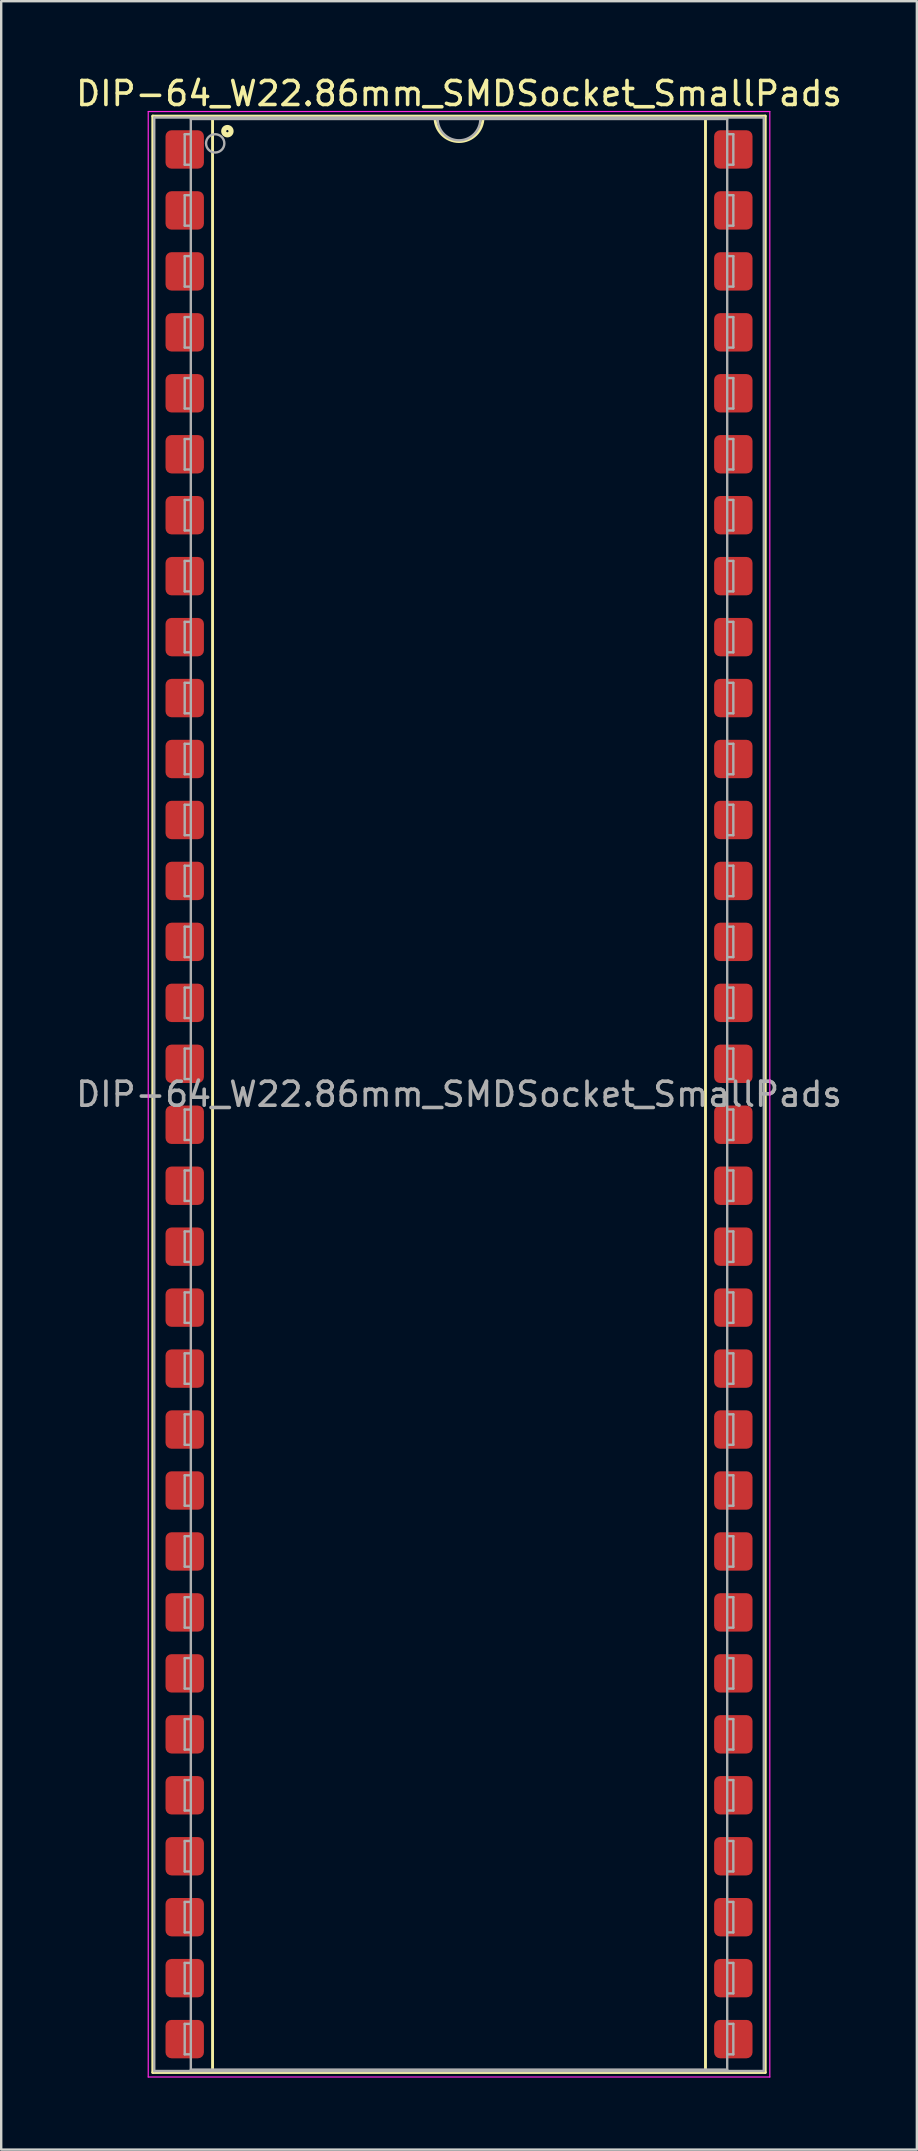
<source format=kicad_pcb>
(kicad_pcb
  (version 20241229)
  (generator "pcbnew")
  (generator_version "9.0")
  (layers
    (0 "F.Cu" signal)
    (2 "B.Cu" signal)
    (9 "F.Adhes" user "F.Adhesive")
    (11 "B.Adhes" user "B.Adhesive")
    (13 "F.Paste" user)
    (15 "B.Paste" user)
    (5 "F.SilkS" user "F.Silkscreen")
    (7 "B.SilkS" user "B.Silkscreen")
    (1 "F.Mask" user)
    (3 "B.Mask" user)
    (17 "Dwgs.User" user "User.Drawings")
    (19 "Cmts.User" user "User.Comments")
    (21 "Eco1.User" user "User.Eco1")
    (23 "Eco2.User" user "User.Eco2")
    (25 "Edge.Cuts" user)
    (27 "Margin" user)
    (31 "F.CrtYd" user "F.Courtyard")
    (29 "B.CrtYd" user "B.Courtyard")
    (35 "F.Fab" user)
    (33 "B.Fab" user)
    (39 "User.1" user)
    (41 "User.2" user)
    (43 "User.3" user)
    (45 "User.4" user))
  (footprint "DIP-64_W22.86mm_SMDSocket_SmallPads"
    (layer "F.Cu")
    (at 16.077 42.548)
    (property "Reference" "DIP-64_W22.86mm_SMDSocket_SmallPads" (at 0 -41.7 0) (layer "F.SilkS") (effects (font (size 1 1) (thickness 0.15))))
    (attr smd)
    (fp_line (start -12.76 -40.76) (end -12.76 40.76) (stroke (width 0.12) (type solid)) (layer "F.SilkS"))
    (fp_line (start -12.76 40.76) (end 12.76 40.76) (stroke (width 0.12) (type solid)) (layer "F.SilkS"))
    (fp_line (start -10.27 -40.7) (end -10.27 40.7) (stroke (width 0.12) (type solid)) (layer "F.SilkS"))
    (fp_line (start -10.27 40.7) (end 10.27 40.7) (stroke (width 0.12) (type solid)) (layer "F.SilkS"))
    (fp_line (start -1 -40.7) (end -10.27 -40.7) (stroke (width 0.12) (type solid)) (layer "F.SilkS"))
    (fp_line (start 10.27 -40.7) (end 1 -40.7) (stroke (width 0.12) (type solid)) (layer "F.SilkS"))
    (fp_line (start 10.27 40.7) (end 10.27 -40.7) (stroke (width 0.12) (type solid)) (layer "F.SilkS"))
    (fp_line (start 12.76 -40.76) (end -12.76 -40.76) (stroke (width 0.12) (type solid)) (layer "F.SilkS"))
    (fp_line (start 12.76 40.76) (end 12.76 -40.76) (stroke (width 0.12) (type solid)) (layer "F.SilkS"))
    (fp_arc (start 1 -40.7) (mid 0 -39.7) (end -1 -40.7) (stroke (width 0.12) (type solid)) (layer "F.SilkS"))
    (fp_circle (center -9.652 -40.132) (end -9.602 -40.132) (stroke (width 0.12) (type solid)) (fill no) (layer "F.SilkS"))
    (fp_circle (center -9.652 -40.132) (end -9.527 -40.132) (stroke (width 0.12) (type solid)) (fill no) (layer "F.SilkS"))
    (fp_circle (center -9.652 -40.132) (end -9.452 -40.132) (stroke (width 0.12) (type solid)) (fill no) (layer "F.SilkS"))
    (fp_line (start -12.95 -40.95) (end -12.95 40.95) (stroke (width 0.05) (type solid)) (layer "F.CrtYd"))
    (fp_line (start -12.95 40.95) (end 12.95 40.95) (stroke (width 0.05) (type solid)) (layer "F.CrtYd"))
    (fp_line (start 12.95 -40.95) (end -12.95 -40.95) (stroke (width 0.05) (type solid)) (layer "F.CrtYd"))
    (fp_line (start 12.95 40.95) (end 12.95 -40.95) (stroke (width 0.05) (type solid)) (layer "F.CrtYd"))
    (fp_line (start -12.7 -40.7) (end -12.7 40.7) (stroke (width 0.1) (type solid)) (layer "F.Fab"))
    (fp_line (start -12.7 40.7) (end 12.7 40.7) (stroke (width 0.1) (type solid)) (layer "F.Fab"))
    (fp_line (start -11.43 -40.005) (end -11.43 -38.735) (stroke (width 0.1) (type solid)) (layer "F.Fab"))
    (fp_line (start -11.43 -40.005) (end -11.176 -40.005) (stroke (width 0.1) (type solid)) (layer "F.Fab"))
    (fp_line (start -11.43 -38.735) (end -11.176 -38.735) (stroke (width 0.1) (type solid)) (layer "F.Fab"))
    (fp_line (start -11.43 -37.465) (end -11.43 -36.195) (stroke (width 0.1) (type solid)) (layer "F.Fab"))
    (fp_line (start -11.43 -37.465) (end -11.176 -37.465) (stroke (width 0.1) (type solid)) (layer "F.Fab"))
    (fp_line (start -11.43 -36.195) (end -11.176 -36.195) (stroke (width 0.1) (type solid)) (layer "F.Fab"))
    (fp_line (start -11.43 -34.925) (end -11.43 -33.655) (stroke (width 0.1) (type solid)) (layer "F.Fab"))
    (fp_line (start -11.43 -34.925) (end -11.176 -34.925) (stroke (width 0.1) (type solid)) (layer "F.Fab"))
    (fp_line (start -11.43 -33.655) (end -11.176 -33.655) (stroke (width 0.1) (type solid)) (layer "F.Fab"))
    (fp_line (start -11.43 -32.385) (end -11.43 -31.115) (stroke (width 0.1) (type solid)) (layer "F.Fab"))
    (fp_line (start -11.43 -32.385) (end -11.176 -32.385) (stroke (width 0.1) (type solid)) (layer "F.Fab"))
    (fp_line (start -11.43 -31.115) (end -11.176 -31.115) (stroke (width 0.1) (type solid)) (layer "F.Fab"))
    (fp_line (start -11.43 -29.845) (end -11.43 -28.575) (stroke (width 0.1) (type solid)) (layer "F.Fab"))
    (fp_line (start -11.43 -29.845) (end -11.176 -29.845) (stroke (width 0.1) (type solid)) (layer "F.Fab"))
    (fp_line (start -11.43 -28.575) (end -11.176 -28.575) (stroke (width 0.1) (type solid)) (layer "F.Fab"))
    (fp_line (start -11.43 -27.305) (end -11.43 -26.035) (stroke (width 0.1) (type solid)) (layer "F.Fab"))
    (fp_line (start -11.43 -27.305) (end -11.176 -27.305) (stroke (width 0.1) (type solid)) (layer "F.Fab"))
    (fp_line (start -11.43 -26.035) (end -11.176 -26.035) (stroke (width 0.1) (type solid)) (layer "F.Fab"))
    (fp_line (start -11.43 -24.765) (end -11.43 -23.495) (stroke (width 0.1) (type solid)) (layer "F.Fab"))
    (fp_line (start -11.43 -24.765) (end -11.176 -24.765) (stroke (width 0.1) (type solid)) (layer "F.Fab"))
    (fp_line (start -11.43 -23.495) (end -11.176 -23.495) (stroke (width 0.1) (type solid)) (layer "F.Fab"))
    (fp_line (start -11.43 -22.225) (end -11.43 -20.955) (stroke (width 0.1) (type solid)) (layer "F.Fab"))
    (fp_line (start -11.43 -22.225) (end -11.176 -22.225) (stroke (width 0.1) (type solid)) (layer "F.Fab"))
    (fp_line (start -11.43 -20.955) (end -11.176 -20.955) (stroke (width 0.1) (type solid)) (layer "F.Fab"))
    (fp_line (start -11.43 -19.685) (end -11.43 -18.415) (stroke (width 0.1) (type solid)) (layer "F.Fab"))
    (fp_line (start -11.43 -19.685) (end -11.176 -19.685) (stroke (width 0.1) (type solid)) (layer "F.Fab"))
    (fp_line (start -11.43 -18.415) (end -11.176 -18.415) (stroke (width 0.1) (type solid)) (layer "F.Fab"))
    (fp_line (start -11.43 -17.145) (end -11.43 -15.875) (stroke (width 0.1) (type solid)) (layer "F.Fab"))
    (fp_line (start -11.43 -17.145) (end -11.176 -17.145) (stroke (width 0.1) (type solid)) (layer "F.Fab"))
    (fp_line (start -11.43 -15.875) (end -11.176 -15.875) (stroke (width 0.1) (type solid)) (layer "F.Fab"))
    (fp_line (start -11.43 -14.605) (end -11.43 -13.335) (stroke (width 0.1) (type solid)) (layer "F.Fab"))
    (fp_line (start -11.43 -14.605) (end -11.176 -14.605) (stroke (width 0.1) (type solid)) (layer "F.Fab"))
    (fp_line (start -11.43 -13.335) (end -11.176 -13.335) (stroke (width 0.1) (type solid)) (layer "F.Fab"))
    (fp_line (start -11.43 -12.065) (end -11.43 -10.795) (stroke (width 0.1) (type solid)) (layer "F.Fab"))
    (fp_line (start -11.43 -12.065) (end -11.176 -12.065) (stroke (width 0.1) (type solid)) (layer "F.Fab"))
    (fp_line (start -11.43 -10.795) (end -11.176 -10.795) (stroke (width 0.1) (type solid)) (layer "F.Fab"))
    (fp_line (start -11.43 -9.525) (end -11.43 -8.255) (stroke (width 0.1) (type solid)) (layer "F.Fab"))
    (fp_line (start -11.43 -9.525) (end -11.176 -9.525) (stroke (width 0.1) (type solid)) (layer "F.Fab"))
    (fp_line (start -11.43 -8.255) (end -11.176 -8.255) (stroke (width 0.1) (type solid)) (layer "F.Fab"))
    (fp_line (start -11.43 -6.985) (end -11.43 -5.715) (stroke (width 0.1) (type solid)) (layer "F.Fab"))
    (fp_line (start -11.43 -6.985) (end -11.176 -6.985) (stroke (width 0.1) (type solid)) (layer "F.Fab"))
    (fp_line (start -11.43 -5.715) (end -11.176 -5.715) (stroke (width 0.1) (type solid)) (layer "F.Fab"))
    (fp_line (start -11.43 -4.445) (end -11.43 -3.175) (stroke (width 0.1) (type solid)) (layer "F.Fab"))
    (fp_line (start -11.43 -4.445) (end -11.176 -4.445) (stroke (width 0.1) (type solid)) (layer "F.Fab"))
    (fp_line (start -11.43 -3.175) (end -11.176 -3.175) (stroke (width 0.1) (type solid)) (layer "F.Fab"))
    (fp_line (start -11.43 -1.905) (end -11.43 -0.635) (stroke (width 0.1) (type solid)) (layer "F.Fab"))
    (fp_line (start -11.43 -1.905) (end -11.176 -1.905) (stroke (width 0.1) (type solid)) (layer "F.Fab"))
    (fp_line (start -11.43 -0.635) (end -11.176 -0.635) (stroke (width 0.1) (type solid)) (layer "F.Fab"))
    (fp_line (start -11.43 0.635) (end -11.43 1.905) (stroke (width 0.1) (type solid)) (layer "F.Fab"))
    (fp_line (start -11.43 0.635) (end -11.176 0.635) (stroke (width 0.1) (type solid)) (layer "F.Fab"))
    (fp_line (start -11.43 1.905) (end -11.176 1.905) (stroke (width 0.1) (type solid)) (layer "F.Fab"))
    (fp_line (start -11.43 3.175) (end -11.43 4.445) (stroke (width 0.1) (type solid)) (layer "F.Fab"))
    (fp_line (start -11.43 3.175) (end -11.176 3.175) (stroke (width 0.1) (type solid)) (layer "F.Fab"))
    (fp_line (start -11.43 4.445) (end -11.176 4.445) (stroke (width 0.1) (type solid)) (layer "F.Fab"))
    (fp_line (start -11.43 5.715) (end -11.43 6.985) (stroke (width 0.1) (type solid)) (layer "F.Fab"))
    (fp_line (start -11.43 5.715) (end -11.176 5.715) (stroke (width 0.1) (type solid)) (layer "F.Fab"))
    (fp_line (start -11.43 6.985) (end -11.176 6.985) (stroke (width 0.1) (type solid)) (layer "F.Fab"))
    (fp_line (start -11.43 8.255) (end -11.43 9.525) (stroke (width 0.1) (type solid)) (layer "F.Fab"))
    (fp_line (start -11.43 8.255) (end -11.176 8.255) (stroke (width 0.1) (type solid)) (layer "F.Fab"))
    (fp_line (start -11.43 9.525) (end -11.176 9.525) (stroke (width 0.1) (type solid)) (layer "F.Fab"))
    (fp_line (start -11.43 10.795) (end -11.43 12.065) (stroke (width 0.1) (type solid)) (layer "F.Fab"))
    (fp_line (start -11.43 10.795) (end -11.176 10.795) (stroke (width 0.1) (type solid)) (layer "F.Fab"))
    (fp_line (start -11.43 12.065) (end -11.176 12.065) (stroke (width 0.1) (type solid)) (layer "F.Fab"))
    (fp_line (start -11.43 13.335) (end -11.43 14.605) (stroke (width 0.1) (type solid)) (layer "F.Fab"))
    (fp_line (start -11.43 13.335) (end -11.176 13.335) (stroke (width 0.1) (type solid)) (layer "F.Fab"))
    (fp_line (start -11.43 14.605) (end -11.176 14.605) (stroke (width 0.1) (type solid)) (layer "F.Fab"))
    (fp_line (start -11.43 15.875) (end -11.43 17.145) (stroke (width 0.1) (type solid)) (layer "F.Fab"))
    (fp_line (start -11.43 15.875) (end -11.176 15.875) (stroke (width 0.1) (type solid)) (layer "F.Fab"))
    (fp_line (start -11.43 17.145) (end -11.176 17.145) (stroke (width 0.1) (type solid)) (layer "F.Fab"))
    (fp_line (start -11.43 18.415) (end -11.43 19.685) (stroke (width 0.1) (type solid)) (layer "F.Fab"))
    (fp_line (start -11.43 18.415) (end -11.176 18.415) (stroke (width 0.1) (type solid)) (layer "F.Fab"))
    (fp_line (start -11.43 19.685) (end -11.176 19.685) (stroke (width 0.1) (type solid)) (layer "F.Fab"))
    (fp_line (start -11.43 20.955) (end -11.43 22.225) (stroke (width 0.1) (type solid)) (layer "F.Fab"))
    (fp_line (start -11.43 20.955) (end -11.176 20.955) (stroke (width 0.1) (type solid)) (layer "F.Fab"))
    (fp_line (start -11.43 22.225) (end -11.176 22.225) (stroke (width 0.1) (type solid)) (layer "F.Fab"))
    (fp_line (start -11.43 23.495) (end -11.43 24.765) (stroke (width 0.1) (type solid)) (layer "F.Fab"))
    (fp_line (start -11.43 23.495) (end -11.176 23.495) (stroke (width 0.1) (type solid)) (layer "F.Fab"))
    (fp_line (start -11.43 24.765) (end -11.176 24.765) (stroke (width 0.1) (type solid)) (layer "F.Fab"))
    (fp_line (start -11.43 26.035) (end -11.43 27.305) (stroke (width 0.1) (type solid)) (layer "F.Fab"))
    (fp_line (start -11.43 26.035) (end -11.176 26.035) (stroke (width 0.1) (type solid)) (layer "F.Fab"))
    (fp_line (start -11.43 27.305) (end -11.176 27.305) (stroke (width 0.1) (type solid)) (layer "F.Fab"))
    (fp_line (start -11.43 28.575) (end -11.43 29.845) (stroke (width 0.1) (type solid)) (layer "F.Fab"))
    (fp_line (start -11.43 28.575) (end -11.176 28.575) (stroke (width 0.1) (type solid)) (layer "F.Fab"))
    (fp_line (start -11.43 29.845) (end -11.176 29.845) (stroke (width 0.1) (type solid)) (layer "F.Fab"))
    (fp_line (start -11.43 31.115) (end -11.43 32.385) (stroke (width 0.1) (type solid)) (layer "F.Fab"))
    (fp_line (start -11.43 31.115) (end -11.176 31.115) (stroke (width 0.1) (type solid)) (layer "F.Fab"))
    (fp_line (start -11.43 32.385) (end -11.176 32.385) (stroke (width 0.1) (type solid)) (layer "F.Fab"))
    (fp_line (start -11.43 33.655) (end -11.43 34.925) (stroke (width 0.1) (type solid)) (layer "F.Fab"))
    (fp_line (start -11.43 33.655) (end -11.176 33.655) (stroke (width 0.1) (type solid)) (layer "F.Fab"))
    (fp_line (start -11.43 34.925) (end -11.176 34.925) (stroke (width 0.1) (type solid)) (layer "F.Fab"))
    (fp_line (start -11.43 36.195) (end -11.43 37.465) (stroke (width 0.1) (type solid)) (layer "F.Fab"))
    (fp_line (start -11.43 36.195) (end -11.176 36.195) (stroke (width 0.1) (type solid)) (layer "F.Fab"))
    (fp_line (start -11.43 37.465) (end -11.176 37.465) (stroke (width 0.1) (type solid)) (layer "F.Fab"))
    (fp_line (start -11.43 38.735) (end -11.43 40.005) (stroke (width 0.1) (type solid)) (layer "F.Fab"))
    (fp_line (start -11.43 38.735) (end -11.176 38.735) (stroke (width 0.1) (type solid)) (layer "F.Fab"))
    (fp_line (start -11.43 40.005) (end -11.176 40.005) (stroke (width 0.1) (type solid)) (layer "F.Fab"))
    (fp_line (start -11.176 -40.64) (end 11.175 -40.64) (stroke (width 0.1) (type solid)) (layer "F.Fab"))
    (fp_line (start -11.175 40.64) (end -11.176 -40.64) (stroke (width 0.1) (type solid)) (layer "F.Fab"))
    (fp_line (start 11.175 -40.64) (end 11.175 40.64) (stroke (width 0.1) (type solid)) (layer "F.Fab"))
    (fp_line (start 11.175 40.64) (end -11.175 40.64) (stroke (width 0.1) (type solid)) (layer "F.Fab"))
    (fp_line (start 11.43 -40.005) (end 11.176 -40.005) (stroke (width 0.1) (type solid)) (layer "F.Fab"))
    (fp_line (start 11.43 -38.735) (end 11.176 -38.735) (stroke (width 0.1) (type solid)) (layer "F.Fab"))
    (fp_line (start 11.43 -38.735) (end 11.43 -40.005) (stroke (width 0.1) (type solid)) (layer "F.Fab"))
    (fp_line (start 11.43 -37.465) (end 11.176 -37.465) (stroke (width 0.1) (type solid)) (layer "F.Fab"))
    (fp_line (start 11.43 -36.195) (end 11.176 -36.195) (stroke (width 0.1) (type solid)) (layer "F.Fab"))
    (fp_line (start 11.43 -36.195) (end 11.43 -37.465) (stroke (width 0.1) (type solid)) (layer "F.Fab"))
    (fp_line (start 11.43 -34.925) (end 11.176 -34.925) (stroke (width 0.1) (type solid)) (layer "F.Fab"))
    (fp_line (start 11.43 -33.655) (end 11.176 -33.655) (stroke (width 0.1) (type solid)) (layer "F.Fab"))
    (fp_line (start 11.43 -33.655) (end 11.43 -34.925) (stroke (width 0.1) (type solid)) (layer "F.Fab"))
    (fp_line (start 11.43 -32.385) (end 11.176 -32.385) (stroke (width 0.1) (type solid)) (layer "F.Fab"))
    (fp_line (start 11.43 -31.115) (end 11.176 -31.115) (stroke (width 0.1) (type solid)) (layer "F.Fab"))
    (fp_line (start 11.43 -31.115) (end 11.43 -32.385) (stroke (width 0.1) (type solid)) (layer "F.Fab"))
    (fp_line (start 11.43 -29.845) (end 11.176 -29.845) (stroke (width 0.1) (type solid)) (layer "F.Fab"))
    (fp_line (start 11.43 -28.575) (end 11.176 -28.575) (stroke (width 0.1) (type solid)) (layer "F.Fab"))
    (fp_line (start 11.43 -28.575) (end 11.43 -29.845) (stroke (width 0.1) (type solid)) (layer "F.Fab"))
    (fp_line (start 11.43 -27.305) (end 11.176 -27.305) (stroke (width 0.1) (type solid)) (layer "F.Fab"))
    (fp_line (start 11.43 -26.035) (end 11.176 -26.035) (stroke (width 0.1) (type solid)) (layer "F.Fab"))
    (fp_line (start 11.43 -26.035) (end 11.43 -27.305) (stroke (width 0.1) (type solid)) (layer "F.Fab"))
    (fp_line (start 11.43 -24.765) (end 11.176 -24.765) (stroke (width 0.1) (type solid)) (layer "F.Fab"))
    (fp_line (start 11.43 -23.495) (end 11.176 -23.495) (stroke (width 0.1) (type solid)) (layer "F.Fab"))
    (fp_line (start 11.43 -23.495) (end 11.43 -24.765) (stroke (width 0.1) (type solid)) (layer "F.Fab"))
    (fp_line (start 11.43 -22.225) (end 11.176 -22.225) (stroke (width 0.1) (type solid)) (layer "F.Fab"))
    (fp_line (start 11.43 -20.955) (end 11.176 -20.955) (stroke (width 0.1) (type solid)) (layer "F.Fab"))
    (fp_line (start 11.43 -20.955) (end 11.43 -22.225) (stroke (width 0.1) (type solid)) (layer "F.Fab"))
    (fp_line (start 11.43 -19.685) (end 11.176 -19.685) (stroke (width 0.1) (type solid)) (layer "F.Fab"))
    (fp_line (start 11.43 -18.415) (end 11.176 -18.415) (stroke (width 0.1) (type solid)) (layer "F.Fab"))
    (fp_line (start 11.43 -18.415) (end 11.43 -19.685) (stroke (width 0.1) (type solid)) (layer "F.Fab"))
    (fp_line (start 11.43 -17.145) (end 11.176 -17.145) (stroke (width 0.1) (type solid)) (layer "F.Fab"))
    (fp_line (start 11.43 -15.875) (end 11.176 -15.875) (stroke (width 0.1) (type solid)) (layer "F.Fab"))
    (fp_line (start 11.43 -15.875) (end 11.43 -17.145) (stroke (width 0.1) (type solid)) (layer "F.Fab"))
    (fp_line (start 11.43 -14.605) (end 11.176 -14.605) (stroke (width 0.1) (type solid)) (layer "F.Fab"))
    (fp_line (start 11.43 -13.335) (end 11.176 -13.335) (stroke (width 0.1) (type solid)) (layer "F.Fab"))
    (fp_line (start 11.43 -13.335) (end 11.43 -14.605) (stroke (width 0.1) (type solid)) (layer "F.Fab"))
    (fp_line (start 11.43 -12.065) (end 11.176 -12.065) (stroke (width 0.1) (type solid)) (layer "F.Fab"))
    (fp_line (start 11.43 -10.795) (end 11.176 -10.795) (stroke (width 0.1) (type solid)) (layer "F.Fab"))
    (fp_line (start 11.43 -10.795) (end 11.43 -12.065) (stroke (width 0.1) (type solid)) (layer "F.Fab"))
    (fp_line (start 11.43 -9.525) (end 11.176 -9.525) (stroke (width 0.1) (type solid)) (layer "F.Fab"))
    (fp_line (start 11.43 -8.255) (end 11.176 -8.255) (stroke (width 0.1) (type solid)) (layer "F.Fab"))
    (fp_line (start 11.43 -8.255) (end 11.43 -9.525) (stroke (width 0.1) (type solid)) (layer "F.Fab"))
    (fp_line (start 11.43 -6.985) (end 11.176 -6.985) (stroke (width 0.1) (type solid)) (layer "F.Fab"))
    (fp_line (start 11.43 -5.715) (end 11.176 -5.715) (stroke (width 0.1) (type solid)) (layer "F.Fab"))
    (fp_line (start 11.43 -5.715) (end 11.43 -6.985) (stroke (width 0.1) (type solid)) (layer "F.Fab"))
    (fp_line (start 11.43 -4.445) (end 11.176 -4.445) (stroke (width 0.1) (type solid)) (layer "F.Fab"))
    (fp_line (start 11.43 -3.175) (end 11.176 -3.175) (stroke (width 0.1) (type solid)) (layer "F.Fab"))
    (fp_line (start 11.43 -3.175) (end 11.43 -4.445) (stroke (width 0.1) (type solid)) (layer "F.Fab"))
    (fp_line (start 11.43 -1.905) (end 11.176 -1.905) (stroke (width 0.1) (type solid)) (layer "F.Fab"))
    (fp_line (start 11.43 -0.635) (end 11.176 -0.635) (stroke (width 0.1) (type solid)) (layer "F.Fab"))
    (fp_line (start 11.43 -0.635) (end 11.43 -1.905) (stroke (width 0.1) (type solid)) (layer "F.Fab"))
    (fp_line (start 11.43 0.635) (end 11.176 0.635) (stroke (width 0.1) (type solid)) (layer "F.Fab"))
    (fp_line (start 11.43 1.905) (end 11.176 1.905) (stroke (width 0.1) (type solid)) (layer "F.Fab"))
    (fp_line (start 11.43 1.905) (end 11.43 0.635) (stroke (width 0.1) (type solid)) (layer "F.Fab"))
    (fp_line (start 11.43 3.175) (end 11.176 3.175) (stroke (width 0.1) (type solid)) (layer "F.Fab"))
    (fp_line (start 11.43 4.445) (end 11.176 4.445) (stroke (width 0.1) (type solid)) (layer "F.Fab"))
    (fp_line (start 11.43 4.445) (end 11.43 3.175) (stroke (width 0.1) (type solid)) (layer "F.Fab"))
    (fp_line (start 11.43 5.715) (end 11.176 5.715) (stroke (width 0.1) (type solid)) (layer "F.Fab"))
    (fp_line (start 11.43 6.985) (end 11.176 6.985) (stroke (width 0.1) (type solid)) (layer "F.Fab"))
    (fp_line (start 11.43 6.985) (end 11.43 5.715) (stroke (width 0.1) (type solid)) (layer "F.Fab"))
    (fp_line (start 11.43 8.255) (end 11.176 8.255) (stroke (width 0.1) (type solid)) (layer "F.Fab"))
    (fp_line (start 11.43 9.525) (end 11.176 9.525) (stroke (width 0.1) (type solid)) (layer "F.Fab"))
    (fp_line (start 11.43 9.525) (end 11.43 8.255) (stroke (width 0.1) (type solid)) (layer "F.Fab"))
    (fp_line (start 11.43 10.795) (end 11.176 10.795) (stroke (width 0.1) (type solid)) (layer "F.Fab"))
    (fp_line (start 11.43 12.065) (end 11.176 12.065) (stroke (width 0.1) (type solid)) (layer "F.Fab"))
    (fp_line (start 11.43 12.065) (end 11.43 10.795) (stroke (width 0.1) (type solid)) (layer "F.Fab"))
    (fp_line (start 11.43 13.335) (end 11.176 13.335) (stroke (width 0.1) (type solid)) (layer "F.Fab"))
    (fp_line (start 11.43 14.605) (end 11.176 14.605) (stroke (width 0.1) (type solid)) (layer "F.Fab"))
    (fp_line (start 11.43 14.605) (end 11.43 13.335) (stroke (width 0.1) (type solid)) (layer "F.Fab"))
    (fp_line (start 11.43 15.875) (end 11.176 15.875) (stroke (width 0.1) (type solid)) (layer "F.Fab"))
    (fp_line (start 11.43 17.145) (end 11.176 17.145) (stroke (width 0.1) (type solid)) (layer "F.Fab"))
    (fp_line (start 11.43 17.145) (end 11.43 15.875) (stroke (width 0.1) (type solid)) (layer "F.Fab"))
    (fp_line (start 11.43 18.415) (end 11.176 18.415) (stroke (width 0.1) (type solid)) (layer "F.Fab"))
    (fp_line (start 11.43 19.685) (end 11.176 19.685) (stroke (width 0.1) (type solid)) (layer "F.Fab"))
    (fp_line (start 11.43 19.685) (end 11.43 18.415) (stroke (width 0.1) (type solid)) (layer "F.Fab"))
    (fp_line (start 11.43 20.955) (end 11.176 20.955) (stroke (width 0.1) (type solid)) (layer "F.Fab"))
    (fp_line (start 11.43 22.225) (end 11.176 22.225) (stroke (width 0.1) (type solid)) (layer "F.Fab"))
    (fp_line (start 11.43 22.225) (end 11.43 20.955) (stroke (width 0.1) (type solid)) (layer "F.Fab"))
    (fp_line (start 11.43 23.495) (end 11.176 23.495) (stroke (width 0.1) (type solid)) (layer "F.Fab"))
    (fp_line (start 11.43 24.765) (end 11.176 24.765) (stroke (width 0.1) (type solid)) (layer "F.Fab"))
    (fp_line (start 11.43 24.765) (end 11.43 23.495) (stroke (width 0.1) (type solid)) (layer "F.Fab"))
    (fp_line (start 11.43 26.035) (end 11.176 26.035) (stroke (width 0.1) (type solid)) (layer "F.Fab"))
    (fp_line (start 11.43 27.305) (end 11.176 27.305) (stroke (width 0.1) (type solid)) (layer "F.Fab"))
    (fp_line (start 11.43 27.305) (end 11.43 26.035) (stroke (width 0.1) (type solid)) (layer "F.Fab"))
    (fp_line (start 11.43 28.575) (end 11.176 28.575) (stroke (width 0.1) (type solid)) (layer "F.Fab"))
    (fp_line (start 11.43 29.845) (end 11.176 29.845) (stroke (width 0.1) (type solid)) (layer "F.Fab"))
    (fp_line (start 11.43 29.845) (end 11.43 28.575) (stroke (width 0.1) (type solid)) (layer "F.Fab"))
    (fp_line (start 11.43 31.115) (end 11.176 31.115) (stroke (width 0.1) (type solid)) (layer "F.Fab"))
    (fp_line (start 11.43 32.385) (end 11.176 32.385) (stroke (width 0.1) (type solid)) (layer "F.Fab"))
    (fp_line (start 11.43 32.385) (end 11.43 31.115) (stroke (width 0.1) (type solid)) (layer "F.Fab"))
    (fp_line (start 11.43 33.655) (end 11.176 33.655) (stroke (width 0.1) (type solid)) (layer "F.Fab"))
    (fp_line (start 11.43 34.925) (end 11.176 34.925) (stroke (width 0.1) (type solid)) (layer "F.Fab"))
    (fp_line (start 11.43 34.925) (end 11.43 33.655) (stroke (width 0.1) (type solid)) (layer "F.Fab"))
    (fp_line (start 11.43 36.195) (end 11.176 36.195) (stroke (width 0.1) (type solid)) (layer "F.Fab"))
    (fp_line (start 11.43 37.465) (end 11.176 37.465) (stroke (width 0.1) (type solid)) (layer "F.Fab"))
    (fp_line (start 11.43 37.465) (end 11.43 36.195) (stroke (width 0.1) (type solid)) (layer "F.Fab"))
    (fp_line (start 11.43 38.735) (end 11.176 38.735) (stroke (width 0.1) (type solid)) (layer "F.Fab"))
    (fp_line (start 11.43 40.005) (end 11.176 40.005) (stroke (width 0.1) (type solid)) (layer "F.Fab"))
    (fp_line (start 11.43 40.005) (end 11.43 38.735) (stroke (width 0.1) (type solid)) (layer "F.Fab"))
    (fp_line (start 12.7 -40.7) (end -12.7 -40.7) (stroke (width 0.1) (type solid)) (layer "F.Fab"))
    (fp_line (start 12.7 40.7) (end 12.7 -40.7) (stroke (width 0.1) (type solid)) (layer "F.Fab"))
    (fp_arc (start 0.889 -40.64) (mid 0 -39.751) (end -0.889 -40.64) (stroke (width 0.1) (type solid)) (layer "F.Fab"))
    (fp_circle (center -10.16 -39.624) (end -9.779 -39.624) (stroke (width 0.1) (type solid)) (fill no) (layer "F.Fab"))
    (fp_text user "${REFERENCE}" (at 0 0 0) (layer "F.Fab") (effects (font (size 1 1) (thickness 0.15))))
    (pad "1" smd roundrect (at -11.43 -39.37) (size 1.6 1.6) (layers "F.Cu" "F.Mask" "F.Paste") (roundrect_rratio 0.156))
    (pad "2" smd roundrect (at -11.43 -36.83) (size 1.6 1.6) (layers "F.Cu" "F.Mask" "F.Paste") (roundrect_rratio 0.156))
    (pad "3" smd roundrect (at -11.43 -34.29) (size 1.6 1.6) (layers "F.Cu" "F.Mask" "F.Paste") (roundrect_rratio 0.156))
    (pad "4" smd roundrect (at -11.43 -31.75) (size 1.6 1.6) (layers "F.Cu" "F.Mask" "F.Paste") (roundrect_rratio 0.156))
    (pad "5" smd roundrect (at -11.43 -29.21) (size 1.6 1.6) (layers "F.Cu" "F.Mask" "F.Paste") (roundrect_rratio 0.156))
    (pad "6" smd roundrect (at -11.43 -26.67) (size 1.6 1.6) (layers "F.Cu" "F.Mask" "F.Paste") (roundrect_rratio 0.156))
    (pad "7" smd roundrect (at -11.43 -24.13) (size 1.6 1.6) (layers "F.Cu" "F.Mask" "F.Paste") (roundrect_rratio 0.156))
    (pad "8" smd roundrect (at -11.43 -21.59) (size 1.6 1.6) (layers "F.Cu" "F.Mask" "F.Paste") (roundrect_rratio 0.156))
    (pad "9" smd roundrect (at -11.43 -19.05) (size 1.6 1.6) (layers "F.Cu" "F.Mask" "F.Paste") (roundrect_rratio 0.156))
    (pad "10" smd roundrect (at -11.43 -16.51) (size 1.6 1.6) (layers "F.Cu" "F.Mask" "F.Paste") (roundrect_rratio 0.156))
    (pad "11" smd roundrect (at -11.43 -13.97) (size 1.6 1.6) (layers "F.Cu" "F.Mask" "F.Paste") (roundrect_rratio 0.156))
    (pad "12" smd roundrect (at -11.43 -11.43) (size 1.6 1.6) (layers "F.Cu" "F.Mask" "F.Paste") (roundrect_rratio 0.156))
    (pad "13" smd roundrect (at -11.43 -8.89) (size 1.6 1.6) (layers "F.Cu" "F.Mask" "F.Paste") (roundrect_rratio 0.156))
    (pad "14" smd roundrect (at -11.43 -6.35) (size 1.6 1.6) (layers "F.Cu" "F.Mask" "F.Paste") (roundrect_rratio 0.156))
    (pad "15" smd roundrect (at -11.43 -3.81) (size 1.6 1.6) (layers "F.Cu" "F.Mask" "F.Paste") (roundrect_rratio 0.156))
    (pad "16" smd roundrect (at -11.43 -1.27) (size 1.6 1.6) (layers "F.Cu" "F.Mask" "F.Paste") (roundrect_rratio 0.156))
    (pad "17" smd roundrect (at -11.43 1.27) (size 1.6 1.6) (layers "F.Cu" "F.Mask" "F.Paste") (roundrect_rratio 0.156))
    (pad "18" smd roundrect (at -11.43 3.81) (size 1.6 1.6) (layers "F.Cu" "F.Mask" "F.Paste") (roundrect_rratio 0.156))
    (pad "19" smd roundrect (at -11.43 6.35) (size 1.6 1.6) (layers "F.Cu" "F.Mask" "F.Paste") (roundrect_rratio 0.156))
    (pad "20" smd roundrect (at -11.43 8.89) (size 1.6 1.6) (layers "F.Cu" "F.Mask" "F.Paste") (roundrect_rratio 0.156))
    (pad "21" smd roundrect (at -11.43 11.43) (size 1.6 1.6) (layers "F.Cu" "F.Mask" "F.Paste") (roundrect_rratio 0.156))
    (pad "22" smd roundrect (at -11.43 13.97) (size 1.6 1.6) (layers "F.Cu" "F.Mask" "F.Paste") (roundrect_rratio 0.156))
    (pad "23" smd roundrect (at -11.43 16.51) (size 1.6 1.6) (layers "F.Cu" "F.Mask" "F.Paste") (roundrect_rratio 0.156))
    (pad "24" smd roundrect (at -11.43 19.05) (size 1.6 1.6) (layers "F.Cu" "F.Mask" "F.Paste") (roundrect_rratio 0.156))
    (pad "25" smd roundrect (at -11.43 21.59) (size 1.6 1.6) (layers "F.Cu" "F.Mask" "F.Paste") (roundrect_rratio 0.156))
    (pad "26" smd roundrect (at -11.43 24.13) (size 1.6 1.6) (layers "F.Cu" "F.Mask" "F.Paste") (roundrect_rratio 0.156))
    (pad "27" smd roundrect (at -11.43 26.67) (size 1.6 1.6) (layers "F.Cu" "F.Mask" "F.Paste") (roundrect_rratio 0.156))
    (pad "28" smd roundrect (at -11.43 29.21) (size 1.6 1.6) (layers "F.Cu" "F.Mask" "F.Paste") (roundrect_rratio 0.156))
    (pad "29" smd roundrect (at -11.43 31.75) (size 1.6 1.6) (layers "F.Cu" "F.Mask" "F.Paste") (roundrect_rratio 0.156))
    (pad "30" smd roundrect (at -11.43 34.29) (size 1.6 1.6) (layers "F.Cu" "F.Mask" "F.Paste") (roundrect_rratio 0.156))
    (pad "31" smd roundrect (at -11.43 36.83) (size 1.6 1.6) (layers "F.Cu" "F.Mask" "F.Paste") (roundrect_rratio 0.156))
    (pad "32" smd roundrect (at -11.43 39.37) (size 1.6 1.6) (layers "F.Cu" "F.Mask" "F.Paste") (roundrect_rratio 0.156))
    (pad "33" smd roundrect (at 11.43 39.37) (size 1.6 1.6) (layers "F.Cu" "F.Mask" "F.Paste") (roundrect_rratio 0.156))
    (pad "34" smd roundrect (at 11.43 36.83) (size 1.6 1.6) (layers "F.Cu" "F.Mask" "F.Paste") (roundrect_rratio 0.156))
    (pad "35" smd roundrect (at 11.43 34.29) (size 1.6 1.6) (layers "F.Cu" "F.Mask" "F.Paste") (roundrect_rratio 0.156))
    (pad "36" smd roundrect (at 11.43 31.75) (size 1.6 1.6) (layers "F.Cu" "F.Mask" "F.Paste") (roundrect_rratio 0.156))
    (pad "37" smd roundrect (at 11.43 29.21) (size 1.6 1.6) (layers "F.Cu" "F.Mask" "F.Paste") (roundrect_rratio 0.156))
    (pad "38" smd roundrect (at 11.43 26.67) (size 1.6 1.6) (layers "F.Cu" "F.Mask" "F.Paste") (roundrect_rratio 0.156))
    (pad "39" smd roundrect (at 11.43 24.13) (size 1.6 1.6) (layers "F.Cu" "F.Mask" "F.Paste") (roundrect_rratio 0.156))
    (pad "40" smd roundrect (at 11.43 21.59) (size 1.6 1.6) (layers "F.Cu" "F.Mask" "F.Paste") (roundrect_rratio 0.156))
    (pad "41" smd roundrect (at 11.43 19.05) (size 1.6 1.6) (layers "F.Cu" "F.Mask" "F.Paste") (roundrect_rratio 0.156))
    (pad "42" smd roundrect (at 11.43 16.51) (size 1.6 1.6) (layers "F.Cu" "F.Mask" "F.Paste") (roundrect_rratio 0.156))
    (pad "43" smd roundrect (at 11.43 13.97) (size 1.6 1.6) (layers "F.Cu" "F.Mask" "F.Paste") (roundrect_rratio 0.156))
    (pad "44" smd roundrect (at 11.43 11.43) (size 1.6 1.6) (layers "F.Cu" "F.Mask" "F.Paste") (roundrect_rratio 0.156))
    (pad "45" smd roundrect (at 11.43 8.89) (size 1.6 1.6) (layers "F.Cu" "F.Mask" "F.Paste") (roundrect_rratio 0.156))
    (pad "46" smd roundrect (at 11.43 6.35) (size 1.6 1.6) (layers "F.Cu" "F.Mask" "F.Paste") (roundrect_rratio 0.156))
    (pad "47" smd roundrect (at 11.43 3.81) (size 1.6 1.6) (layers "F.Cu" "F.Mask" "F.Paste") (roundrect_rratio 0.156))
    (pad "48" smd roundrect (at 11.43 1.27) (size 1.6 1.6) (layers "F.Cu" "F.Mask" "F.Paste") (roundrect_rratio 0.156))
    (pad "49" smd roundrect (at 11.43 -1.27) (size 1.6 1.6) (layers "F.Cu" "F.Mask" "F.Paste") (roundrect_rratio 0.156))
    (pad "50" smd roundrect (at 11.43 -3.81) (size 1.6 1.6) (layers "F.Cu" "F.Mask" "F.Paste") (roundrect_rratio 0.156))
    (pad "51" smd roundrect (at 11.43 -6.35) (size 1.6 1.6) (layers "F.Cu" "F.Mask" "F.Paste") (roundrect_rratio 0.156))
    (pad "52" smd roundrect (at 11.43 -8.89) (size 1.6 1.6) (layers "F.Cu" "F.Mask" "F.Paste") (roundrect_rratio 0.156))
    (pad "53" smd roundrect (at 11.43 -11.43) (size 1.6 1.6) (layers "F.Cu" "F.Mask" "F.Paste") (roundrect_rratio 0.156))
    (pad "54" smd roundrect (at 11.43 -13.97) (size 1.6 1.6) (layers "F.Cu" "F.Mask" "F.Paste") (roundrect_rratio 0.156))
    (pad "55" smd roundrect (at 11.43 -16.51) (size 1.6 1.6) (layers "F.Cu" "F.Mask" "F.Paste") (roundrect_rratio 0.156))
    (pad "56" smd roundrect (at 11.43 -19.05) (size 1.6 1.6) (layers "F.Cu" "F.Mask" "F.Paste") (roundrect_rratio 0.156))
    (pad "57" smd roundrect (at 11.43 -21.59) (size 1.6 1.6) (layers "F.Cu" "F.Mask" "F.Paste") (roundrect_rratio 0.156))
    (pad "58" smd roundrect (at 11.43 -24.13) (size 1.6 1.6) (layers "F.Cu" "F.Mask" "F.Paste") (roundrect_rratio 0.156))
    (pad "59" smd roundrect (at 11.43 -26.67) (size 1.6 1.6) (layers "F.Cu" "F.Mask" "F.Paste") (roundrect_rratio 0.156))
    (pad "60" smd roundrect (at 11.43 -29.21) (size 1.6 1.6) (layers "F.Cu" "F.Mask" "F.Paste") (roundrect_rratio 0.156))
    (pad "61" smd roundrect (at 11.43 -31.75) (size 1.6 1.6) (layers "F.Cu" "F.Mask" "F.Paste") (roundrect_rratio 0.156))
    (pad "62" smd roundrect (at 11.43 -34.29) (size 1.6 1.6) (layers "F.Cu" "F.Mask" "F.Paste") (roundrect_rratio 0.156))
    (pad "63" smd roundrect (at 11.43 -36.83) (size 1.6 1.6) (layers "F.Cu" "F.Mask" "F.Paste") (roundrect_rratio 0.156))
    (pad "64" smd roundrect (at 11.43 -39.37) (size 1.6 1.6) (layers "F.Cu" "F.Mask" "F.Paste") (roundrect_rratio 0.156)))
  (gr_rect
    (start -3 -3)
    (end 35.155 86.523)
    (stroke (width 0.1) (type default))
    (fill no)
    (layer "Edge.Cuts")))
</source>
